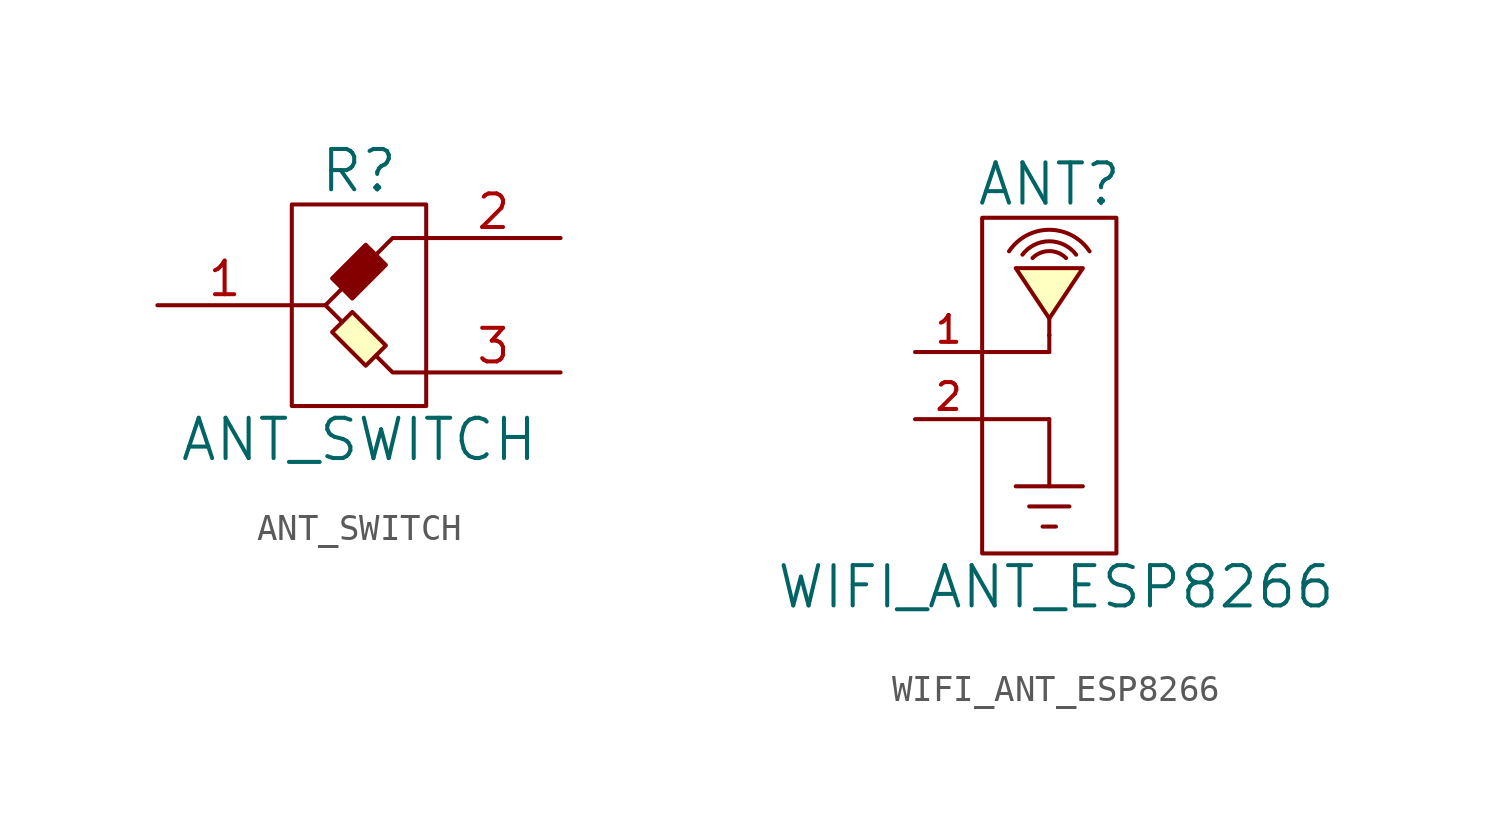
<source format=kicad_sym>
(kicad_symbol_lib
  (version 20220914)
  (generator kicad_symbol_editor)
  (symbol "ANT_SWITCH"
    (pin_names
      (offset 1.016))
    (property "Reference" "R"
      (at 0 5.08 0)
      (effects (font (size 1.524 1.524))))
    (property "Value" "ANT_SWITCH"
      (at 0 -5.08 0)
      (effects (font (size 1.524 1.524))))
    (symbol "ANT_SWITCH_0_1"
      (rectangle (start -2.54 3.81) (end 2.54 -3.81) (stroke (width 0) (type solid)) (fill (type none)))
      (polyline (pts (xy -1.27 0) (xy -0.635 -0.635)) (stroke (width 0) (type solid)) (fill (type none)))
      (polyline (pts (xy 0.635 -1.905) (xy 1.27 -2.54) (xy 2.54 -2.54)) (stroke (width 0) (type solid)) (fill (type none)))
      (polyline (pts (xy 2.54 2.54) (xy 1.27 2.54) (xy -1.27 0) (xy -2.54 0)) (stroke (width 0) (type solid)) (fill (type none)))
      (polyline (pts (xy -1.016 1.016) (xy -0.254 0.254) (xy 1.016 1.524) (xy 0.254 2.286) (xy -1.016 1.016)) (stroke (width 0) (type solid)) (fill (type outline)))
      (polyline (pts (xy 0.254 -2.286) (xy 1.016 -1.524) (xy -0.254 -0.254) (xy -1.016 -1.016) (xy 0.254 -2.286)) (stroke (width 0) (type solid)) (fill (type background))))
    (symbol "ANT_SWITCH_1_1"
      (pin bidirectional line (at -7.62 0 0) (length 5.08) (name "~" (effects (font (size 1.27 1.27)))) (number "1" (effects (font (size 1.27 1.27)))))
      (pin bidirectional line (at 7.62 2.54 180) (length 5.08) (name "~" (effects (font (size 1.27 1.27)))) (number "2" (effects (font (size 1.27 1.27)))))
      (pin bidirectional line (at 7.62 -2.54 180) (length 5.08) (name "~" (effects (font (size 1.27 1.27)))) (number "3" (effects (font (size 1.27 1.27)))))))
  (symbol "WIFI_ANT_ESP8266"
    (pin_names
      (offset 1.016))
    (property "Reference" "ANT"
      (at 0 8.89 0)
      (effects (font (size 1.524 1.524))))
    (property "Value" "WIFI_ANT_ESP8266"
      (at 0.254 -6.35 0)
      (effects (font (size 1.524 1.524))))
    (property "Footprint" ""
      (at -2.54 0 0)
      (effects (font (size 1.524 1.524))))
    (property "Datasheet" ""
      (at -2.54 0 0)
      (effects (font (size 1.524 1.524))))
    (symbol "WIFI_ANT_ESP8266_0_1"
      (rectangle (start -2.54 -5.08) (end 2.54 7.62) (stroke (width 0) (type solid)) (fill (type none)))
      (rectangle (start -2.54 0) (end 0 0) (stroke (width 0) (type solid)) (fill (type none)))
      (rectangle (start -2.54 2.54) (end 0 2.54) (stroke (width 0) (type solid)) (fill (type none)))
      (rectangle (start -1.27 -2.54) (end 1.27 -2.54) (stroke (width 0) (type solid)) (fill (type none)))
      (rectangle (start -0.254 -4.064) (end 0.254 -4.064) (stroke (width 0) (type solid)) (fill (type none)))
      (rectangle (start 0 0) (end 0 -2.54) (stroke (width 0) (type solid)) (fill (type none)))
      (polyline (pts (xy 0 3.81) (xy 1.27 5.715) (xy -1.27 5.715) (xy 0 3.81)) (stroke (width 0) (type solid)) (fill (type background)))
      (rectangle (start 0 2.54) (end 0 3.175) (stroke (width 0) (type solid)) (fill (type none)))
      (rectangle (start 0 3.175) (end 0 3.175) (stroke (width 0) (type solid)) (fill (type none)))
      (rectangle (start 0 3.175) (end 0 3.81) (stroke (width 0) (type solid)) (fill (type none)))
      (rectangle (start 0.762 -3.302) (end -0.762 -3.302) (stroke (width 0) (type solid)) (fill (type none)))
      (arc (start 1.016 6.223) (mid 0 6.731) (end -1.016 6.223) (stroke (width 0) (type solid)) (fill (type none)))
      (arc (start 1.524 6.35) (mid 0 7.1656) (end -1.524 6.35) (stroke (width 0) (type solid)) (fill (type none))))
    (symbol "WIFI_ANT_ESP8266_1_1"
      (arc (start 0.635 6.096) (mid 0 6.359) (end -0.635 6.096) (stroke (width 0) (type solid)) (fill (type none)))
      (pin input line (at -5.08 2.54 0) (length 2.54) (name "~" (effects (font (size 1.016 1.016)))) (number "1" (effects (font (size 1.016 1.016)))))
      (pin input line (at -5.08 0 0) (length 2.54) (name "~" (effects (font (size 1.016 1.016)))) (number "2" (effects (font (size 1.016 1.016))))))))
</source>
